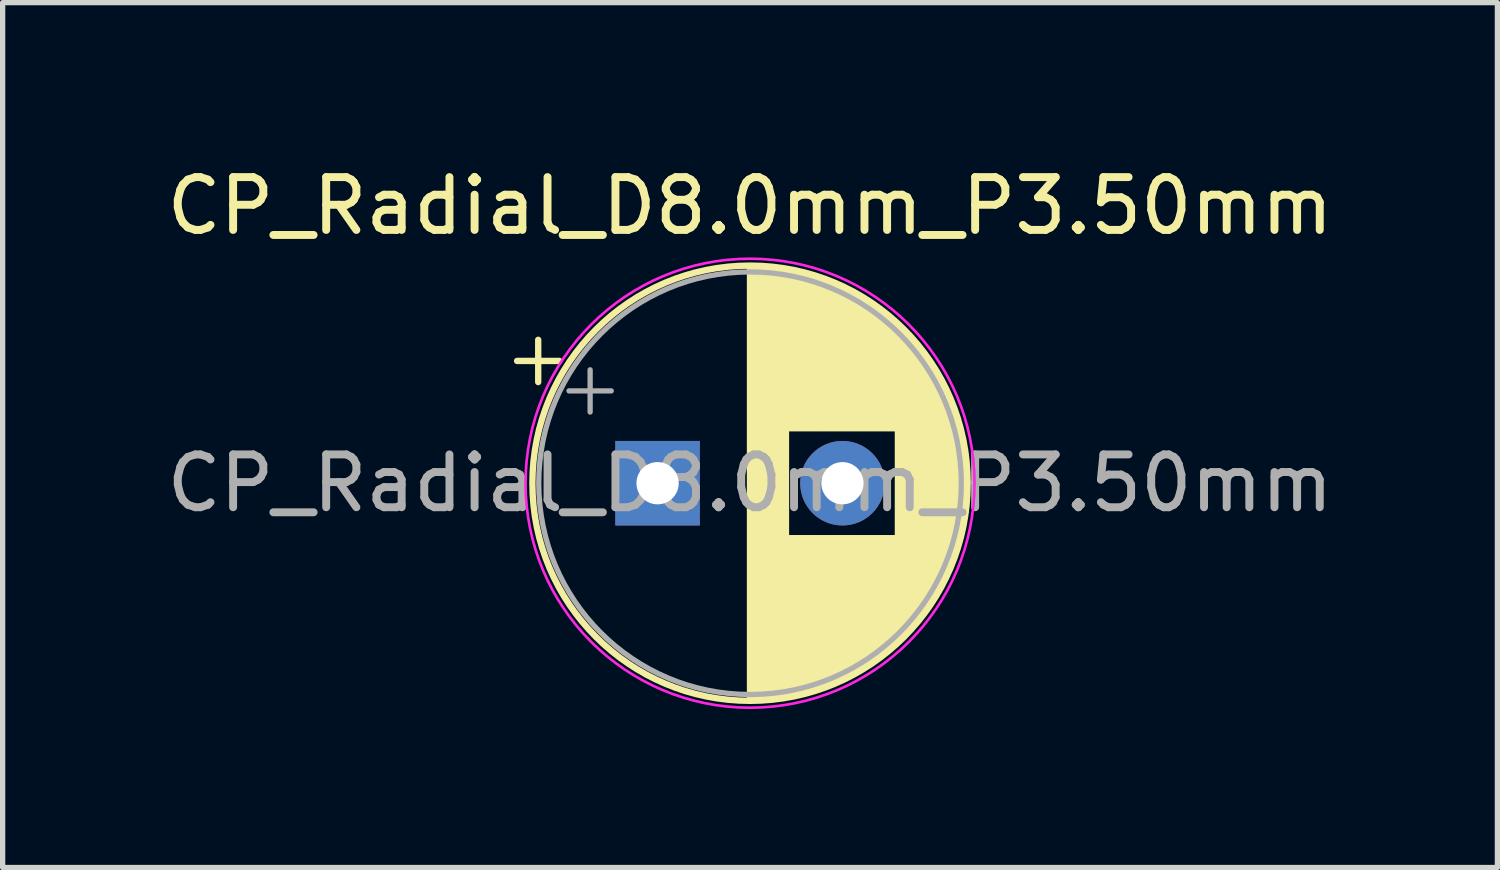
<source format=kicad_pcb>
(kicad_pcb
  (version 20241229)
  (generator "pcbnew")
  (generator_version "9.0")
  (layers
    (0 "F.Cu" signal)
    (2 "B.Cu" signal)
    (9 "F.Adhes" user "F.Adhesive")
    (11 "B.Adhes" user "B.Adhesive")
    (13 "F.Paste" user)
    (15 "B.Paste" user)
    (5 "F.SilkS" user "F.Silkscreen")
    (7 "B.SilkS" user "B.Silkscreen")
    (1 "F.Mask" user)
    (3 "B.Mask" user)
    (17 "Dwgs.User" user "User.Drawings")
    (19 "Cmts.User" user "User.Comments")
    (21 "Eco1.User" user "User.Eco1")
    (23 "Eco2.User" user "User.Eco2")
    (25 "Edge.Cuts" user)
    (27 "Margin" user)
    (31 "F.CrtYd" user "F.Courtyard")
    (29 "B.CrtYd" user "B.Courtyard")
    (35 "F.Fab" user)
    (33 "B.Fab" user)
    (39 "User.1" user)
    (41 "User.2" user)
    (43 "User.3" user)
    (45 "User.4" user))
  (footprint "CP_Radial_D8.0mm_P3.50mm"
    (layer "F.Cu")
    (at 9.399 6.098)
    (property "Reference" "CP_Radial_D8.0mm_P3.50mm" (at 1.75 -5.25 180) (layer "F.SilkS") (effects (font (size 1 1) (thickness 0.15))))
    (attr through_hole)
    (fp_line (start -2.66 -2.315) (end -1.86 -2.315) (stroke (width 0.12) (type solid)) (layer "F.SilkS"))
    (fp_line (start -2.26 -2.715) (end -2.26 -1.915) (stroke (width 0.12) (type solid)) (layer "F.SilkS"))
    (fp_line (start 1.75 -4.08) (end 1.75 4.08) (stroke (width 0.12) (type solid)) (layer "F.SilkS"))
    (fp_line (start 1.79 -4.08) (end 1.79 4.08) (stroke (width 0.12) (type solid)) (layer "F.SilkS"))
    (fp_line (start 1.83 -4.079) (end 1.83 4.079) (stroke (width 0.12) (type solid)) (layer "F.SilkS"))
    (fp_line (start 1.87 -4.078) (end 1.87 4.078) (stroke (width 0.12) (type solid)) (layer "F.SilkS"))
    (fp_line (start 1.91 -4.077) (end 1.91 4.077) (stroke (width 0.12) (type solid)) (layer "F.SilkS"))
    (fp_line (start 1.95 -4.075) (end 1.95 4.075) (stroke (width 0.12) (type solid)) (layer "F.SilkS"))
    (fp_line (start 1.99 -4.073) (end 1.99 4.073) (stroke (width 0.12) (type solid)) (layer "F.SilkS"))
    (fp_line (start 2.03 -4.07) (end 2.03 4.07) (stroke (width 0.12) (type solid)) (layer "F.SilkS"))
    (fp_line (start 2.07 -4.068) (end 2.07 4.068) (stroke (width 0.12) (type solid)) (layer "F.SilkS"))
    (fp_line (start 2.11 -4.064) (end 2.11 4.064) (stroke (width 0.12) (type solid)) (layer "F.SilkS"))
    (fp_line (start 2.15 -4.061) (end 2.15 4.061) (stroke (width 0.12) (type solid)) (layer "F.SilkS"))
    (fp_line (start 2.19 -4.056) (end 2.19 4.056) (stroke (width 0.12) (type solid)) (layer "F.SilkS"))
    (fp_line (start 2.23 -4.052) (end 2.23 4.052) (stroke (width 0.12) (type solid)) (layer "F.SilkS"))
    (fp_line (start 2.27 -4.047) (end 2.27 4.047) (stroke (width 0.12) (type solid)) (layer "F.SilkS"))
    (fp_line (start 2.31 -4.042) (end 2.31 4.042) (stroke (width 0.12) (type solid)) (layer "F.SilkS"))
    (fp_line (start 2.35 -4.036) (end 2.35 4.036) (stroke (width 0.12) (type solid)) (layer "F.SilkS"))
    (fp_line (start 2.39 -4.03) (end 2.39 4.03) (stroke (width 0.12) (type solid)) (layer "F.SilkS"))
    (fp_line (start 2.43 -4.023) (end 2.43 4.023) (stroke (width 0.12) (type solid)) (layer "F.SilkS"))
    (fp_line (start 2.47 -4.017) (end 2.47 -1.04) (stroke (width 0.12) (type solid)) (layer "F.SilkS"))
    (fp_line (start 2.47 1.04) (end 2.47 4.017) (stroke (width 0.12) (type solid)) (layer "F.SilkS"))
    (fp_line (start 2.51 -4.009) (end 2.51 -1.04) (stroke (width 0.12) (type solid)) (layer "F.SilkS"))
    (fp_line (start 2.51 1.04) (end 2.51 4.009) (stroke (width 0.12) (type solid)) (layer "F.SilkS"))
    (fp_line (start 2.55 -4.002) (end 2.55 -1.04) (stroke (width 0.12) (type solid)) (layer "F.SilkS"))
    (fp_line (start 2.55 1.04) (end 2.55 4.002) (stroke (width 0.12) (type solid)) (layer "F.SilkS"))
    (fp_line (start 2.59 -3.993) (end 2.59 -1.04) (stroke (width 0.12) (type solid)) (layer "F.SilkS"))
    (fp_line (start 2.59 1.04) (end 2.59 3.993) (stroke (width 0.12) (type solid)) (layer "F.SilkS"))
    (fp_line (start 2.63 -3.985) (end 2.63 -1.04) (stroke (width 0.12) (type solid)) (layer "F.SilkS"))
    (fp_line (start 2.63 1.04) (end 2.63 3.985) (stroke (width 0.12) (type solid)) (layer "F.SilkS"))
    (fp_line (start 2.67 1.04) (end 2.67 3.976) (stroke (width 0.12) (type solid)) (layer "F.SilkS"))
    (fp_line (start 2.67 -3.976) (end 2.67 -1.04) (stroke (width 0.12) (type solid)) (layer "F.SilkS"))
    (fp_line (start 2.71 1.04) (end 2.71 3.967) (stroke (width 0.12) (type solid)) (layer "F.SilkS"))
    (fp_line (start 2.71 -3.967) (end 2.71 -1.04) (stroke (width 0.12) (type solid)) (layer "F.SilkS"))
    (fp_line (start 2.75 -3.957) (end 2.75 -1.04) (stroke (width 0.12) (type solid)) (layer "F.SilkS"))
    (fp_line (start 2.75 1.04) (end 2.75 3.957) (stroke (width 0.12) (type solid)) (layer "F.SilkS"))
    (fp_line (start 2.79 -3.947) (end 2.79 -1.04) (stroke (width 0.12) (type solid)) (layer "F.SilkS"))
    (fp_line (start 2.79 1.04) (end 2.79 3.947) (stroke (width 0.12) (type solid)) (layer "F.SilkS"))
    (fp_line (start 2.83 -3.936) (end 2.83 -1.04) (stroke (width 0.12) (type solid)) (layer "F.SilkS"))
    (fp_line (start 2.83 1.04) (end 2.83 3.936) (stroke (width 0.12) (type solid)) (layer "F.SilkS"))
    (fp_line (start 2.87 -3.925) (end 2.87 -1.04) (stroke (width 0.12) (type solid)) (layer "F.SilkS"))
    (fp_line (start 2.87 1.04) (end 2.87 3.925) (stroke (width 0.12) (type solid)) (layer "F.SilkS"))
    (fp_line (start 2.91 -3.913) (end 2.91 -1.04) (stroke (width 0.12) (type solid)) (layer "F.SilkS"))
    (fp_line (start 2.91 1.04) (end 2.91 3.913) (stroke (width 0.12) (type solid)) (layer "F.SilkS"))
    (fp_line (start 2.95 -3.901) (end 2.95 -1.04) (stroke (width 0.12) (type solid)) (layer "F.SilkS"))
    (fp_line (start 2.95 1.04) (end 2.95 3.901) (stroke (width 0.12) (type solid)) (layer "F.SilkS"))
    (fp_line (start 2.99 -3.889) (end 2.99 -1.04) (stroke (width 0.12) (type solid)) (layer "F.SilkS"))
    (fp_line (start 2.99 1.04) (end 2.99 3.889) (stroke (width 0.12) (type solid)) (layer "F.SilkS"))
    (fp_line (start 3.03 -3.876) (end 3.03 -1.04) (stroke (width 0.12) (type solid)) (layer "F.SilkS"))
    (fp_line (start 3.03 1.04) (end 3.03 3.876) (stroke (width 0.12) (type solid)) (layer "F.SilkS"))
    (fp_line (start 3.07 -3.863) (end 3.07 -1.04) (stroke (width 0.12) (type solid)) (layer "F.SilkS"))
    (fp_line (start 3.07 1.04) (end 3.07 3.863) (stroke (width 0.12) (type solid)) (layer "F.SilkS"))
    (fp_line (start 3.11 -3.849) (end 3.11 -1.04) (stroke (width 0.12) (type solid)) (layer "F.SilkS"))
    (fp_line (start 3.11 1.04) (end 3.11 3.849) (stroke (width 0.12) (type solid)) (layer "F.SilkS"))
    (fp_line (start 3.15 1.04) (end 3.15 3.835) (stroke (width 0.12) (type solid)) (layer "F.SilkS"))
    (fp_line (start 3.15 -3.835) (end 3.15 -1.04) (stroke (width 0.12) (type solid)) (layer "F.SilkS"))
    (fp_line (start 3.19 -3.82) (end 3.19 -1.04) (stroke (width 0.12) (type solid)) (layer "F.SilkS"))
    (fp_line (start 3.19 1.04) (end 3.19 3.82) (stroke (width 0.12) (type solid)) (layer "F.SilkS"))
    (fp_line (start 3.23 -3.805) (end 3.23 -1.04) (stroke (width 0.12) (type solid)) (layer "F.SilkS"))
    (fp_line (start 3.23 1.04) (end 3.23 3.805) (stroke (width 0.12) (type solid)) (layer "F.SilkS"))
    (fp_line (start 3.27 -3.789) (end 3.27 -1.04) (stroke (width 0.12) (type solid)) (layer "F.SilkS"))
    (fp_line (start 3.27 1.04) (end 3.27 3.789) (stroke (width 0.12) (type solid)) (layer "F.SilkS"))
    (fp_line (start 3.31 1.04) (end 3.31 3.773) (stroke (width 0.12) (type solid)) (layer "F.SilkS"))
    (fp_line (start 3.31 -3.773) (end 3.31 -1.04) (stroke (width 0.12) (type solid)) (layer "F.SilkS"))
    (fp_line (start 3.35 -3.757) (end 3.35 -1.04) (stroke (width 0.12) (type solid)) (layer "F.SilkS"))
    (fp_line (start 3.35 1.04) (end 3.35 3.757) (stroke (width 0.12) (type solid)) (layer "F.SilkS"))
    (fp_line (start 3.39 -3.74) (end 3.39 -1.04) (stroke (width 0.12) (type solid)) (layer "F.SilkS"))
    (fp_line (start 3.39 1.04) (end 3.39 3.74) (stroke (width 0.12) (type solid)) (layer "F.SilkS"))
    (fp_line (start 3.43 -3.722) (end 3.43 -1.04) (stroke (width 0.12) (type solid)) (layer "F.SilkS"))
    (fp_line (start 3.43 1.04) (end 3.43 3.722) (stroke (width 0.12) (type solid)) (layer "F.SilkS"))
    (fp_line (start 3.47 -3.704) (end 3.47 -1.04) (stroke (width 0.12) (type solid)) (layer "F.SilkS"))
    (fp_line (start 3.47 1.04) (end 3.47 3.704) (stroke (width 0.12) (type solid)) (layer "F.SilkS"))
    (fp_line (start 3.51 -3.685) (end 3.51 -1.04) (stroke (width 0.12) (type solid)) (layer "F.SilkS"))
    (fp_line (start 3.51 1.04) (end 3.51 3.685) (stroke (width 0.12) (type solid)) (layer "F.SilkS"))
    (fp_line (start 3.55 1.04) (end 3.55 3.666) (stroke (width 0.12) (type solid)) (layer "F.SilkS"))
    (fp_line (start 3.55 -3.666) (end 3.55 -1.04) (stroke (width 0.12) (type solid)) (layer "F.SilkS"))
    (fp_line (start 3.59 -3.646) (end 3.59 -1.04) (stroke (width 0.12) (type solid)) (layer "F.SilkS"))
    (fp_line (start 3.59 1.04) (end 3.59 3.646) (stroke (width 0.12) (type solid)) (layer "F.SilkS"))
    (fp_line (start 3.63 -3.626) (end 3.63 -1.04) (stroke (width 0.12) (type solid)) (layer "F.SilkS"))
    (fp_line (start 3.63 1.04) (end 3.63 3.626) (stroke (width 0.12) (type solid)) (layer "F.SilkS"))
    (fp_line (start 3.67 -3.605) (end 3.67 -1.04) (stroke (width 0.12) (type solid)) (layer "F.SilkS"))
    (fp_line (start 3.67 1.04) (end 3.67 3.605) (stroke (width 0.12) (type solid)) (layer "F.SilkS"))
    (fp_line (start 3.71 -3.584) (end 3.71 -1.04) (stroke (width 0.12) (type solid)) (layer "F.SilkS"))
    (fp_line (start 3.71 1.04) (end 3.71 3.584) (stroke (width 0.12) (type solid)) (layer "F.SilkS"))
    (fp_line (start 3.75 1.04) (end 3.75 3.562) (stroke (width 0.12) (type solid)) (layer "F.SilkS"))
    (fp_line (start 3.75 -3.562) (end 3.75 -1.04) (stroke (width 0.12) (type solid)) (layer "F.SilkS"))
    (fp_line (start 3.79 -3.539) (end 3.79 -1.04) (stroke (width 0.12) (type solid)) (layer "F.SilkS"))
    (fp_line (start 3.79 1.04) (end 3.79 3.539) (stroke (width 0.12) (type solid)) (layer "F.SilkS"))
    (fp_line (start 3.83 -3.516) (end 3.83 -1.04) (stroke (width 0.12) (type solid)) (layer "F.SilkS"))
    (fp_line (start 3.83 1.04) (end 3.83 3.516) (stroke (width 0.12) (type solid)) (layer "F.SilkS"))
    (fp_line (start 3.87 -3.493) (end 3.87 -1.04) (stroke (width 0.12) (type solid)) (layer "F.SilkS"))
    (fp_line (start 3.87 1.04) (end 3.87 3.493) (stroke (width 0.12) (type solid)) (layer "F.SilkS"))
    (fp_line (start 3.91 -3.468) (end 3.91 -1.04) (stroke (width 0.12) (type solid)) (layer "F.SilkS"))
    (fp_line (start 3.91 1.04) (end 3.91 3.468) (stroke (width 0.12) (type solid)) (layer "F.SilkS"))
    (fp_line (start 3.95 -3.443) (end 3.95 -1.04) (stroke (width 0.12) (type solid)) (layer "F.SilkS"))
    (fp_line (start 3.95 1.04) (end 3.95 3.443) (stroke (width 0.12) (type solid)) (layer "F.SilkS"))
    (fp_line (start 3.99 -3.418) (end 3.99 -1.04) (stroke (width 0.12) (type solid)) (layer "F.SilkS"))
    (fp_line (start 3.99 1.04) (end 3.99 3.418) (stroke (width 0.12) (type solid)) (layer "F.SilkS"))
    (fp_line (start 4.03 -3.392) (end 4.03 -1.04) (stroke (width 0.12) (type solid)) (layer "F.SilkS"))
    (fp_line (start 4.03 1.04) (end 4.03 3.392) (stroke (width 0.12) (type solid)) (layer "F.SilkS"))
    (fp_line (start 4.07 -3.365) (end 4.07 -1.04) (stroke (width 0.12) (type solid)) (layer "F.SilkS"))
    (fp_line (start 4.07 1.04) (end 4.07 3.365) (stroke (width 0.12) (type solid)) (layer "F.SilkS"))
    (fp_line (start 4.11 -3.337) (end 4.11 -1.04) (stroke (width 0.12) (type solid)) (layer "F.SilkS"))
    (fp_line (start 4.11 1.04) (end 4.11 3.337) (stroke (width 0.12) (type solid)) (layer "F.SilkS"))
    (fp_line (start 4.15 -3.309) (end 4.15 -1.04) (stroke (width 0.12) (type solid)) (layer "F.SilkS"))
    (fp_line (start 4.15 1.04) (end 4.15 3.309) (stroke (width 0.12) (type solid)) (layer "F.SilkS"))
    (fp_line (start 4.19 1.04) (end 4.19 3.28) (stroke (width 0.12) (type solid)) (layer "F.SilkS"))
    (fp_line (start 4.19 -3.28) (end 4.19 -1.04) (stroke (width 0.12) (type solid)) (layer "F.SilkS"))
    (fp_line (start 4.23 -3.25) (end 4.23 -1.04) (stroke (width 0.12) (type solid)) (layer "F.SilkS"))
    (fp_line (start 4.23 1.04) (end 4.23 3.25) (stroke (width 0.12) (type solid)) (layer "F.SilkS"))
    (fp_line (start 4.27 -3.219) (end 4.27 -1.04) (stroke (width 0.12) (type solid)) (layer "F.SilkS"))
    (fp_line (start 4.27 1.04) (end 4.27 3.219) (stroke (width 0.12) (type solid)) (layer "F.SilkS"))
    (fp_line (start 4.31 -3.188) (end 4.31 -1.04) (stroke (width 0.12) (type solid)) (layer "F.SilkS"))
    (fp_line (start 4.31 1.04) (end 4.31 3.188) (stroke (width 0.12) (type solid)) (layer "F.SilkS"))
    (fp_line (start 4.35 -3.156) (end 4.35 -1.04) (stroke (width 0.12) (type solid)) (layer "F.SilkS"))
    (fp_line (start 4.35 1.04) (end 4.35 3.156) (stroke (width 0.12) (type solid)) (layer "F.SilkS"))
    (fp_line (start 4.39 -3.123) (end 4.39 -1.04) (stroke (width 0.12) (type solid)) (layer "F.SilkS"))
    (fp_line (start 4.39 1.04) (end 4.39 3.123) (stroke (width 0.12) (type solid)) (layer "F.SilkS"))
    (fp_line (start 4.43 -3.089) (end 4.43 -1.04) (stroke (width 0.12) (type solid)) (layer "F.SilkS"))
    (fp_line (start 4.43 1.04) (end 4.43 3.089) (stroke (width 0.12) (type solid)) (layer "F.SilkS"))
    (fp_line (start 4.47 -3.055) (end 4.47 -1.04) (stroke (width 0.12) (type solid)) (layer "F.SilkS"))
    (fp_line (start 4.47 1.04) (end 4.47 3.055) (stroke (width 0.12) (type solid)) (layer "F.SilkS"))
    (fp_line (start 4.51 -3.019) (end 4.51 -1.04) (stroke (width 0.12) (type solid)) (layer "F.SilkS"))
    (fp_line (start 4.51 1.04) (end 4.51 3.019) (stroke (width 0.12) (type solid)) (layer "F.SilkS"))
    (fp_line (start 4.55 -2.982) (end 4.55 2.982) (stroke (width 0.12) (type solid)) (layer "F.SilkS"))
    (fp_line (start 4.59 -2.945) (end 4.59 2.945) (stroke (width 0.12) (type solid)) (layer "F.SilkS"))
    (fp_line (start 4.63 -2.906) (end 4.63 2.906) (stroke (width 0.12) (type solid)) (layer "F.SilkS"))
    (fp_line (start 4.67 -2.867) (end 4.67 2.867) (stroke (width 0.12) (type solid)) (layer "F.SilkS"))
    (fp_line (start 4.71 -2.826) (end 4.71 2.826) (stroke (width 0.12) (type solid)) (layer "F.SilkS"))
    (fp_line (start 4.75 -2.784) (end 4.75 2.784) (stroke (width 0.12) (type solid)) (layer "F.SilkS"))
    (fp_line (start 4.79 -2.741) (end 4.79 2.741) (stroke (width 0.12) (type solid)) (layer "F.SilkS"))
    (fp_line (start 4.83 -2.696) (end 4.83 2.696) (stroke (width 0.12) (type solid)) (layer "F.SilkS"))
    (fp_line (start 4.87 -2.651) (end 4.87 2.651) (stroke (width 0.12) (type solid)) (layer "F.SilkS"))
    (fp_line (start 4.91 -2.604) (end 4.91 2.604) (stroke (width 0.12) (type solid)) (layer "F.SilkS"))
    (fp_line (start 4.95 -2.555) (end 4.95 2.555) (stroke (width 0.12) (type solid)) (layer "F.SilkS"))
    (fp_line (start 4.99 -2.505) (end 4.99 2.505) (stroke (width 0.12) (type solid)) (layer "F.SilkS"))
    (fp_line (start 5.03 -2.453) (end 5.03 2.453) (stroke (width 0.12) (type solid)) (layer "F.SilkS"))
    (fp_line (start 5.07 -2.4) (end 5.07 2.4) (stroke (width 0.12) (type solid)) (layer "F.SilkS"))
    (fp_line (start 5.11 -2.344) (end 5.11 2.344) (stroke (width 0.12) (type solid)) (layer "F.SilkS"))
    (fp_line (start 5.15 -2.287) (end 5.15 2.287) (stroke (width 0.12) (type solid)) (layer "F.SilkS"))
    (fp_line (start 5.19 -2.227) (end 5.19 2.227) (stroke (width 0.12) (type solid)) (layer "F.SilkS"))
    (fp_line (start 5.23 -2.165) (end 5.23 2.165) (stroke (width 0.12) (type solid)) (layer "F.SilkS"))
    (fp_line (start 5.27 -2.101) (end 5.27 2.101) (stroke (width 0.12) (type solid)) (layer "F.SilkS"))
    (fp_line (start 5.31 -2.034) (end 5.31 2.034) (stroke (width 0.12) (type solid)) (layer "F.SilkS"))
    (fp_line (start 5.35 -1.964) (end 5.35 1.964) (stroke (width 0.12) (type solid)) (layer "F.SilkS"))
    (fp_line (start 5.39 -1.89) (end 5.39 1.89) (stroke (width 0.12) (type solid)) (layer "F.SilkS"))
    (fp_line (start 5.43 -1.813) (end 5.43 1.813) (stroke (width 0.12) (type solid)) (layer "F.SilkS"))
    (fp_line (start 5.47 -1.731) (end 5.47 1.731) (stroke (width 0.12) (type solid)) (layer "F.SilkS"))
    (fp_line (start 5.51 -1.644) (end 5.51 1.644) (stroke (width 0.12) (type solid)) (layer "F.SilkS"))
    (fp_line (start 5.55 -1.552) (end 5.55 1.552) (stroke (width 0.12) (type solid)) (layer "F.SilkS"))
    (fp_line (start 5.59 -1.453) (end 5.59 1.453) (stroke (width 0.12) (type solid)) (layer "F.SilkS"))
    (fp_line (start 5.63 -1.346) (end 5.63 1.346) (stroke (width 0.12) (type solid)) (layer "F.SilkS"))
    (fp_line (start 5.67 -1.228) (end 5.67 1.228) (stroke (width 0.12) (type solid)) (layer "F.SilkS"))
    (fp_line (start 5.71 -1.097) (end 5.71 1.097) (stroke (width 0.12) (type solid)) (layer "F.SilkS"))
    (fp_line (start 5.75 -0.947) (end 5.75 0.947) (stroke (width 0.12) (type solid)) (layer "F.SilkS"))
    (fp_line (start 5.79 -0.768) (end 5.79 0.768) (stroke (width 0.12) (type solid)) (layer "F.SilkS"))
    (fp_line (start 5.83 -0.533) (end 5.83 0.533) (stroke (width 0.12) (type solid)) (layer "F.SilkS"))
    (fp_circle (center 1.75 0) (end 5.87 0) (stroke (width 0.12) (type solid)) (fill no) (layer "F.SilkS"))
    (fp_circle (center 1.75 0) (end 6 0) (stroke (width 0.05) (type solid)) (fill no) (layer "F.CrtYd"))
    (fp_line (start -1.677 -1.748) (end -0.877 -1.748) (stroke (width 0.1) (type solid)) (layer "F.Fab"))
    (fp_line (start -1.277 -2.147) (end -1.277 -1.347) (stroke (width 0.1) (type solid)) (layer "F.Fab"))
    (fp_circle (center 1.75 0) (end 5.75 0) (stroke (width 0.1) (type solid)) (fill no) (layer "F.Fab"))
    (fp_text user "${REFERENCE}" (at 1.75 0 180) (layer "F.Fab") (effects (font (size 1 1) (thickness 0.15))))
    (pad "1" thru_hole rect (at 0 0) (size 1.6 1.6) (drill 0.8) (layers "*.Cu" "*.Mask"))
    (pad "2" thru_hole circle (at 3.5 0) (size 1.6 1.6) (drill 0.8) (layers "*.Cu" "*.Mask")))
  (gr_rect
    (start -3 -3)
    (end 25.298 13.373)
    (stroke (width 0.1) (type default))
    (fill no)
    (layer "Edge.Cuts")))
</source>
